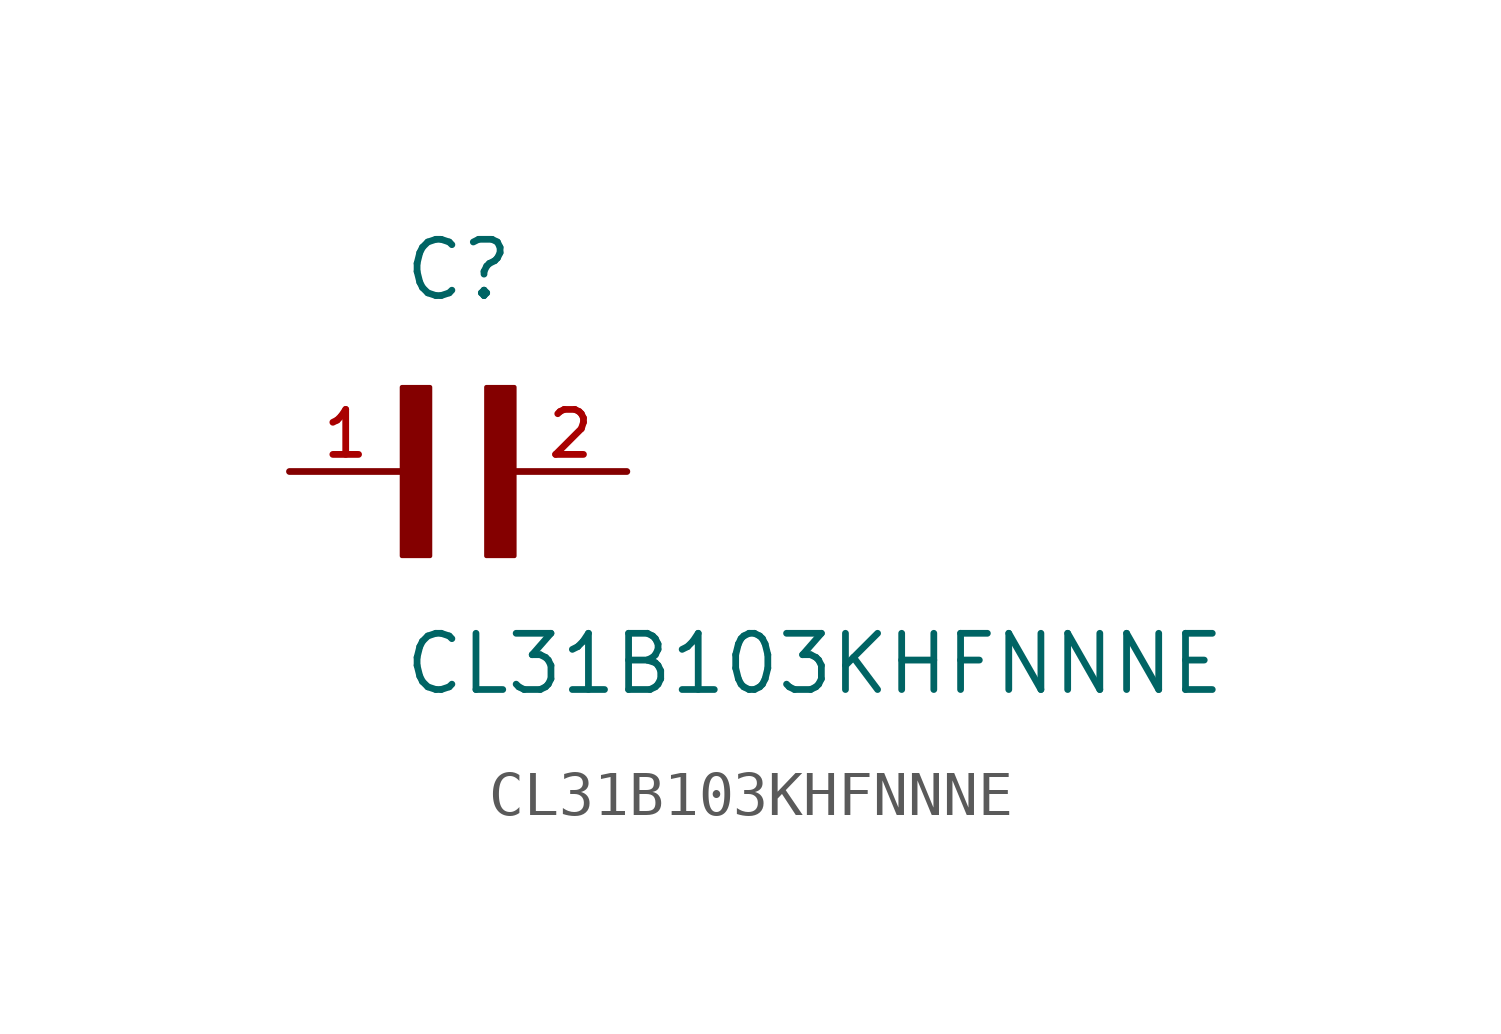
<source format=kicad_sym>
(kicad_symbol_lib
  (version 20211014)
  (generator kicad_symbol_editor)
  (symbol "CL31B103KHFNNNE"
    (pin_names
      (offset 1.016))
    (property "Reference" "C"
      (at 0.0 3.811 0)
      (effects (font (size 1.27 1.27)) (justify bottom left)))
    (property "Value" "CL31B103KHFNNNE"
      (at 0.0 -5.088 0)
      (effects (font (size 1.27 1.27)) (justify bottom left)))
    (symbol "CL31B103KHFNNNE_0_0"
      (rectangle (start 0.0 -1.907) (end 0.635 1.905) (stroke (width 0.1)) (fill (type outline)))
      (rectangle (start 1.907 -1.907) (end 2.54 1.905) (stroke (width 0.1)) (fill (type outline)))
      (pin passive line (at -2.54 0.0 0) (length 2.54) (name "~" (effects (font (size 1.016 1.016)))) (number "1" (effects (font (size 1.016 1.016)))))
      (pin passive line (at 5.08 0.0 180.0) (length 2.54) (name "~" (effects (font (size 1.016 1.016)))) (number "2" (effects (font (size 1.016 1.016))))))))
</source>
